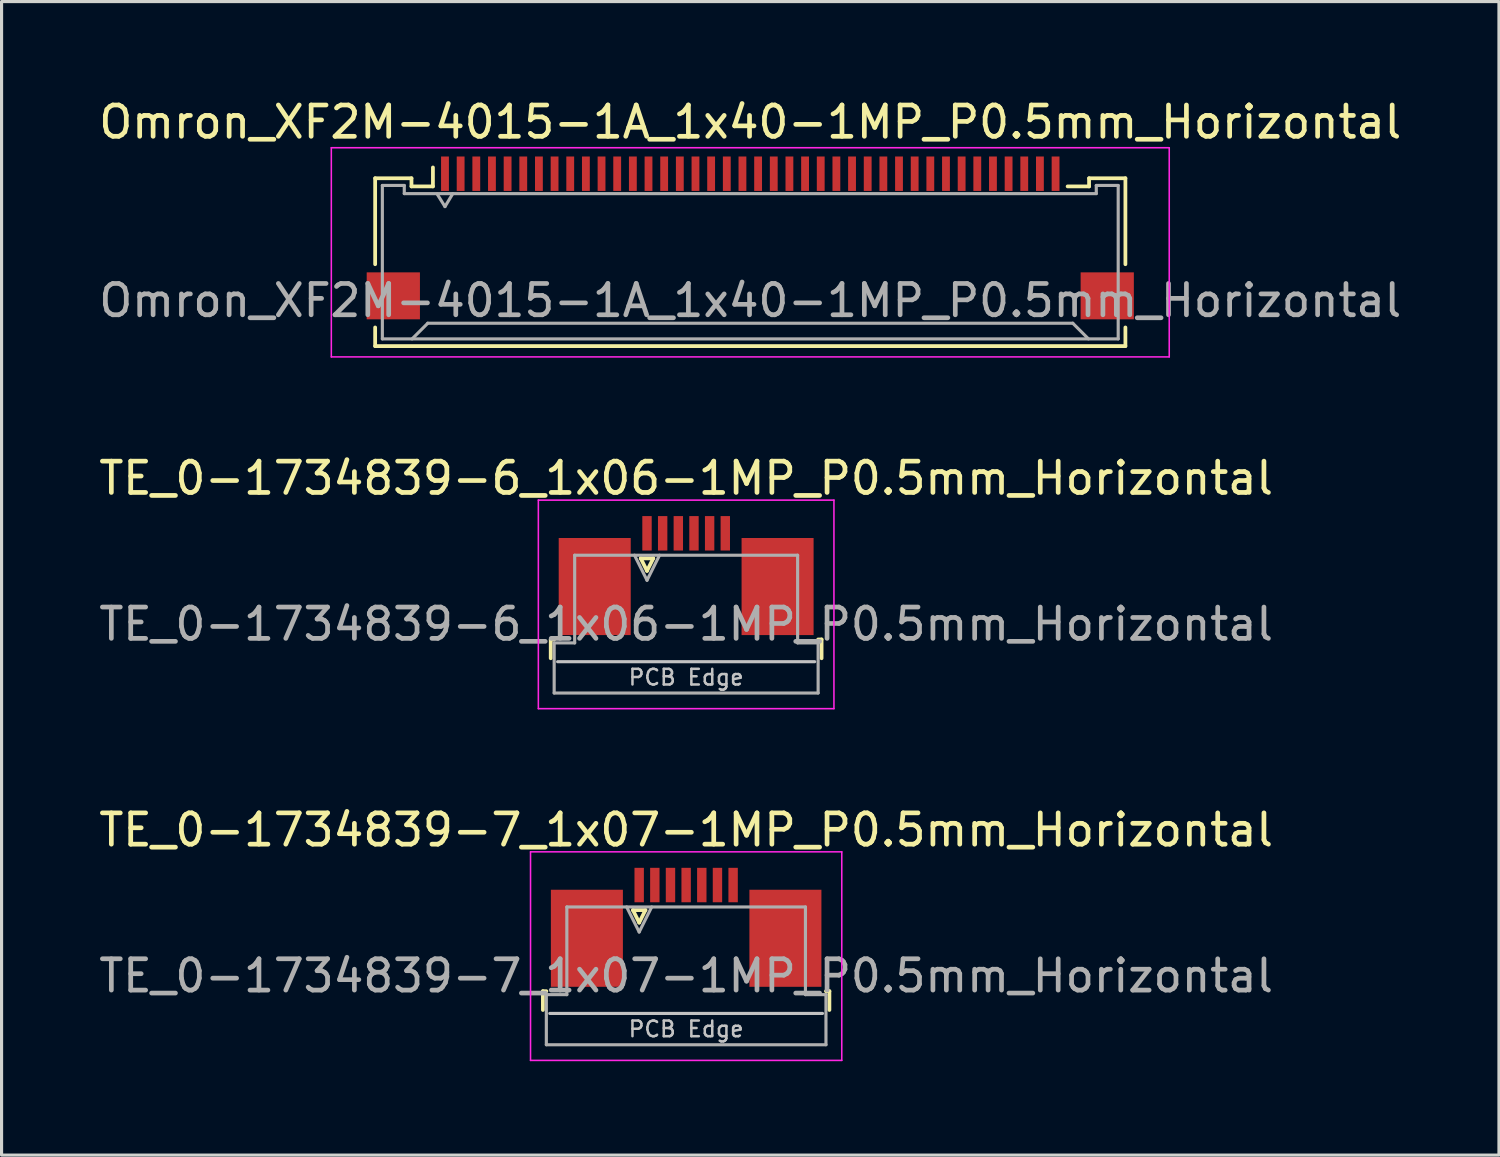
<source format=kicad_pcb>
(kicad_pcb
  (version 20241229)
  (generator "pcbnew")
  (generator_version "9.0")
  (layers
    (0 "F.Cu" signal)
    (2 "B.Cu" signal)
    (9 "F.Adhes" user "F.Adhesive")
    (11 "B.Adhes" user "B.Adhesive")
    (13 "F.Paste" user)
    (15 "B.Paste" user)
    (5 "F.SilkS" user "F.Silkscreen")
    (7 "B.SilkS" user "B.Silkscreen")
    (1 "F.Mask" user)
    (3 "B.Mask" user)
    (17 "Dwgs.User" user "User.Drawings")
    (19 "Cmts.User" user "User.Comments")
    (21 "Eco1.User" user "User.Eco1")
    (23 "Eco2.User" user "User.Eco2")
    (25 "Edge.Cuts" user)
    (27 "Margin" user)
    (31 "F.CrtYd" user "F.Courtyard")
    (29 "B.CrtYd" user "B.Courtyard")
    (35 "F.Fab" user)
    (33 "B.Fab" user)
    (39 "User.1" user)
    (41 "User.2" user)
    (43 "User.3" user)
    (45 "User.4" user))
  (footprint "Omron_XF2M-4015-1A_1x40-1MP_P0.5mm_Horizontal"
    (layer "F.Cu")
    (at 20.911 4.548)
    (property "Reference" "Omron_XF2M-4015-1A_1x40-1MP_P0.5mm_Horizontal" (at 0 -3.7 0) (layer "F.SilkS") (effects (font (size 1 1) (thickness 0.15))))
    (attr smd)
    (fp_line (start -11.98 -1.905) (end -11.98 0.84) (stroke (width 0.12) (type solid)) (layer "F.SilkS"))
    (fp_line (start -11.98 2.86) (end -11.98 3.455) (stroke (width 0.12) (type solid)) (layer "F.SilkS"))
    (fp_line (start -11.98 3.455) (end 11.98 3.455) (stroke (width 0.12) (type solid)) (layer "F.SilkS"))
    (fp_line (start -10.82 -1.905) (end -11.98 -1.905) (stroke (width 0.12) (type solid)) (layer "F.SilkS"))
    (fp_line (start -10.82 -1.645) (end -10.82 -1.905) (stroke (width 0.12) (type solid)) (layer "F.SilkS"))
    (fp_line (start -10.135 -1.645) (end -10.82 -1.645) (stroke (width 0.12) (type solid)) (layer "F.SilkS"))
    (fp_line (start -10.135 -1.645) (end -10.135 -2.25) (stroke (width 0.12) (type solid)) (layer "F.SilkS"))
    (fp_line (start 10.82 -1.905) (end 10.82 -1.645) (stroke (width 0.12) (type solid)) (layer "F.SilkS"))
    (fp_line (start 10.82 -1.645) (end 10.135 -1.645) (stroke (width 0.12) (type solid)) (layer "F.SilkS"))
    (fp_line (start 11.98 -1.905) (end 10.82 -1.905) (stroke (width 0.12) (type solid)) (layer "F.SilkS"))
    (fp_line (start 11.98 0.84) (end 11.98 -1.905) (stroke (width 0.12) (type solid)) (layer "F.SilkS"))
    (fp_line (start 11.98 3.455) (end 11.98 2.86) (stroke (width 0.12) (type solid)) (layer "F.SilkS"))
    (fp_line (start -13.38 -2.88) (end 13.38 -2.88) (stroke (width 0.05) (type solid)) (layer "F.CrtYd"))
    (fp_line (start -13.38 3.8) (end -13.38 -2.88) (stroke (width 0.05) (type solid)) (layer "F.CrtYd"))
    (fp_line (start 13.38 -2.88) (end 13.38 3.8) (stroke (width 0.05) (type solid)) (layer "F.CrtYd"))
    (fp_line (start 13.38 3.8) (end -13.38 3.8) (stroke (width 0.05) (type solid)) (layer "F.CrtYd"))
    (fp_line (start -11.75 -1.675) (end -11.75 3.225) (stroke (width 0.1) (type solid)) (layer "F.Fab"))
    (fp_line (start -11.75 3.225) (end 11.75 3.225) (stroke (width 0.1) (type solid)) (layer "F.Fab"))
    (fp_line (start -11.05 -1.675) (end -11.75 -1.675) (stroke (width 0.1) (type solid)) (layer "F.Fab"))
    (fp_line (start -11.05 -1.675) (end -11.05 -1.415) (stroke (width 0.1) (type solid)) (layer "F.Fab"))
    (fp_line (start -10.3 2.725) (end -10.8 3.225) (stroke (width 0.1) (type solid)) (layer "F.Fab"))
    (fp_line (start -10.3 2.725) (end 10.3 2.725) (stroke (width 0.1) (type solid)) (layer "F.Fab"))
    (fp_line (start -9.75 -1) (end -10 -1.4) (stroke (width 0.1) (type solid)) (layer "F.Fab"))
    (fp_line (start -9.5 -1.415) (end -9.75 -1) (stroke (width 0.1) (type solid)) (layer "F.Fab"))
    (fp_line (start 10.3 2.725) (end 10.8 3.225) (stroke (width 0.1) (type solid)) (layer "F.Fab"))
    (fp_line (start 11.05 -1.675) (end 11.05 -1.415) (stroke (width 0.1) (type solid)) (layer "F.Fab"))
    (fp_line (start 11.05 -1.675) (end 11.75 -1.675) (stroke (width 0.1) (type solid)) (layer "F.Fab"))
    (fp_line (start 11.05 -1.415) (end -11.05 -1.415) (stroke (width 0.1) (type solid)) (layer "F.Fab"))
    (fp_line (start 11.75 3.225) (end 11.75 -1.675) (stroke (width 0.1) (type solid)) (layer "F.Fab"))
    (fp_text user "${REFERENCE}" (at 0 2 0) (layer "F.Fab") (effects (font (size 1 1) (thickness 0.15))))
    (pad "1" smd rect (at -9.75 -2.05) (size 0.25 1.1) (layers "F.Cu" "F.Mask" "F.Paste"))
    (pad "2" smd rect (at -9.25 -2.05) (size 0.25 1.1) (layers "F.Cu" "F.Mask" "F.Paste"))
    (pad "3" smd rect (at -8.75 -2.05) (size 0.25 1.1) (layers "F.Cu" "F.Mask" "F.Paste"))
    (pad "4" smd rect (at -8.25 -2.05) (size 0.25 1.1) (layers "F.Cu" "F.Mask" "F.Paste"))
    (pad "5" smd rect (at -7.75 -2.05) (size 0.25 1.1) (layers "F.Cu" "F.Mask" "F.Paste"))
    (pad "6" smd rect (at -7.25 -2.05) (size 0.25 1.1) (layers "F.Cu" "F.Mask" "F.Paste"))
    (pad "7" smd rect (at -6.75 -2.05) (size 0.25 1.1) (layers "F.Cu" "F.Mask" "F.Paste"))
    (pad "8" smd rect (at -6.25 -2.05) (size 0.25 1.1) (layers "F.Cu" "F.Mask" "F.Paste"))
    (pad "9" smd rect (at -5.75 -2.05) (size 0.25 1.1) (layers "F.Cu" "F.Mask" "F.Paste"))
    (pad "10" smd rect (at -5.25 -2.05) (size 0.25 1.1) (layers "F.Cu" "F.Mask" "F.Paste"))
    (pad "11" smd rect (at -4.75 -2.05) (size 0.25 1.1) (layers "F.Cu" "F.Mask" "F.Paste"))
    (pad "12" smd rect (at -4.25 -2.05) (size 0.25 1.1) (layers "F.Cu" "F.Mask" "F.Paste"))
    (pad "13" smd rect (at -3.75 -2.05) (size 0.25 1.1) (layers "F.Cu" "F.Mask" "F.Paste"))
    (pad "14" smd rect (at -3.25 -2.05) (size 0.25 1.1) (layers "F.Cu" "F.Mask" "F.Paste"))
    (pad "15" smd rect (at -2.75 -2.05) (size 0.25 1.1) (layers "F.Cu" "F.Mask" "F.Paste"))
    (pad "16" smd rect (at -2.25 -2.05) (size 0.25 1.1) (layers "F.Cu" "F.Mask" "F.Paste"))
    (pad "17" smd rect (at -1.75 -2.05) (size 0.25 1.1) (layers "F.Cu" "F.Mask" "F.Paste"))
    (pad "18" smd rect (at -1.25 -2.05) (size 0.25 1.1) (layers "F.Cu" "F.Mask" "F.Paste"))
    (pad "19" smd rect (at -0.75 -2.05) (size 0.25 1.1) (layers "F.Cu" "F.Mask" "F.Paste"))
    (pad "20" smd rect (at -0.25 -2.05) (size 0.25 1.1) (layers "F.Cu" "F.Mask" "F.Paste"))
    (pad "21" smd rect (at 0.25 -2.05) (size 0.25 1.1) (layers "F.Cu" "F.Mask" "F.Paste"))
    (pad "22" smd rect (at 0.75 -2.05) (size 0.25 1.1) (layers "F.Cu" "F.Mask" "F.Paste"))
    (pad "23" smd rect (at 1.25 -2.05) (size 0.25 1.1) (layers "F.Cu" "F.Mask" "F.Paste"))
    (pad "24" smd rect (at 1.75 -2.05) (size 0.25 1.1) (layers "F.Cu" "F.Mask" "F.Paste"))
    (pad "25" smd rect (at 2.25 -2.05) (size 0.25 1.1) (layers "F.Cu" "F.Mask" "F.Paste"))
    (pad "26" smd rect (at 2.75 -2.05) (size 0.25 1.1) (layers "F.Cu" "F.Mask" "F.Paste"))
    (pad "27" smd rect (at 3.25 -2.05) (size 0.25 1.1) (layers "F.Cu" "F.Mask" "F.Paste"))
    (pad "28" smd rect (at 3.75 -2.05) (size 0.25 1.1) (layers "F.Cu" "F.Mask" "F.Paste"))
    (pad "29" smd rect (at 4.25 -2.05) (size 0.25 1.1) (layers "F.Cu" "F.Mask" "F.Paste"))
    (pad "30" smd rect (at 4.75 -2.05) (size 0.25 1.1) (layers "F.Cu" "F.Mask" "F.Paste"))
    (pad "31" smd rect (at 5.25 -2.05) (size 0.25 1.1) (layers "F.Cu" "F.Mask" "F.Paste"))
    (pad "32" smd rect (at 5.75 -2.05) (size 0.25 1.1) (layers "F.Cu" "F.Mask" "F.Paste"))
    (pad "33" smd rect (at 6.25 -2.05) (size 0.25 1.1) (layers "F.Cu" "F.Mask" "F.Paste"))
    (pad "34" smd rect (at 6.75 -2.05) (size 0.25 1.1) (layers "F.Cu" "F.Mask" "F.Paste"))
    (pad "35" smd rect (at 7.25 -2.05) (size 0.25 1.1) (layers "F.Cu" "F.Mask" "F.Paste"))
    (pad "36" smd rect (at 7.75 -2.05) (size 0.25 1.1) (layers "F.Cu" "F.Mask" "F.Paste"))
    (pad "37" smd rect (at 8.25 -2.05) (size 0.25 1.1) (layers "F.Cu" "F.Mask" "F.Paste"))
    (pad "38" smd rect (at 8.75 -2.05) (size 0.25 1.1) (layers "F.Cu" "F.Mask" "F.Paste"))
    (pad "39" smd rect (at 9.25 -2.05) (size 0.25 1.1) (layers "F.Cu" "F.Mask" "F.Paste"))
    (pad "40" smd rect (at 9.75 -2.05) (size 0.25 1.1) (layers "F.Cu" "F.Mask" "F.Paste"))
    (pad "MP" smd rect (at -11.4 1.85) (size 1.7 1.5) (layers "F.Cu" "F.Mask" "F.Paste"))
    (pad "MP" smd rect (at 11.4 1.85) (size 1.7 1.5) (layers "F.Cu" "F.Mask" "F.Paste")))
  (footprint "TE_0-1734839-7_1x07-1MP_P0.5mm_Horizontal"
    (layer "F.Cu")
    (at 18.863 26.565)
    (property "Reference" "TE_0-1734839-7_1x07-1MP_P0.5mm_Horizontal" (at 0 -3.11 0) (layer "F.SilkS") (effects (font (size 1 1) (thickness 0.15))))
    (attr smd)
    (fp_line (start -4.575 2.04) (end -4.575 2.64) (stroke (width 0.12) (type solid)) (layer "F.SilkS"))
    (fp_line (start -4.465 2.04) (end -4.575 2.04) (stroke (width 0.12) (type solid)) (layer "F.SilkS"))
    (fp_line (start -1.7 -0.55) (end -1.5 -0.15) (stroke (width 0.12) (type solid)) (layer "F.SilkS"))
    (fp_line (start -1.5 -0.15) (end -1.3 -0.55) (stroke (width 0.12) (type solid)) (layer "F.SilkS"))
    (fp_line (start -1.3 -0.55) (end -1.7 -0.55) (stroke (width 0.12) (type solid)) (layer "F.SilkS"))
    (fp_line (start 4.465 2.04) (end 4.575 2.04) (stroke (width 0.12) (type solid)) (layer "F.SilkS"))
    (fp_line (start 4.575 2.04) (end 4.575 2.64) (stroke (width 0.12) (type solid)) (layer "F.SilkS"))
    (fp_line (start 4.355 2.75) (end -4.355 2.75) (stroke (width 0.1) (type solid)) (layer "Dwgs.User"))
    (fp_line (start -4.97 -2.41) (end -4.97 4.25) (stroke (width 0.05) (type solid)) (layer "F.CrtYd"))
    (fp_line (start -4.97 4.25) (end 4.97 4.25) (stroke (width 0.05) (type solid)) (layer "F.CrtYd"))
    (fp_line (start 4.97 -2.41) (end -4.97 -2.41) (stroke (width 0.05) (type solid)) (layer "F.CrtYd"))
    (fp_line (start 4.97 4.25) (end 4.97 -2.41) (stroke (width 0.05) (type solid)) (layer "F.CrtYd"))
    (fp_line (start -4.465 2.15) (end -3.81 2.15) (stroke (width 0.1) (type solid)) (layer "F.Fab"))
    (fp_line (start -4.465 3.75) (end -4.465 2.15) (stroke (width 0.1) (type solid)) (layer "F.Fab"))
    (fp_line (start -3.81 -0.65) (end 3.81 -0.65) (stroke (width 0.1) (type solid)) (layer "F.Fab"))
    (fp_line (start -3.81 2.15) (end -3.81 -0.65) (stroke (width 0.1) (type solid)) (layer "F.Fab"))
    (fp_line (start -1.9 -0.65) (end -1.5 0.15) (stroke (width 0.1) (type solid)) (layer "F.Fab"))
    (fp_line (start -1.5 0.15) (end -1.1 -0.65) (stroke (width 0.1) (type solid)) (layer "F.Fab"))
    (fp_line (start 3.81 -0.65) (end 3.81 2.15) (stroke (width 0.1) (type solid)) (layer "F.Fab"))
    (fp_line (start 3.81 2.15) (end 4.465 2.15) (stroke (width 0.1) (type solid)) (layer "F.Fab"))
    (fp_line (start 4.465 2.15) (end 4.465 3.75) (stroke (width 0.1) (type solid)) (layer "F.Fab"))
    (fp_line (start 4.465 3.75) (end -4.465 3.75) (stroke (width 0.1) (type solid)) (layer "F.Fab"))
    (fp_text user "PCB Edge" (at 0 3.25 0) (layer "Dwgs.User") (effects (font (size 0.5 0.5) (thickness 0.08))))
    (fp_text user "${REFERENCE}" (at 0 1.55 0) (layer "F.Fab") (effects (font (size 1 1) (thickness 0.15))))
    (pad "1" smd rect (at -1.5 -1.35) (size 0.3 1.1) (layers "F.Cu" "F.Mask" "F.Paste"))
    (pad "2" smd rect (at -1 -1.35) (size 0.3 1.1) (layers "F.Cu" "F.Mask" "F.Paste"))
    (pad "3" smd rect (at -0.5 -1.35) (size 0.3 1.1) (layers "F.Cu" "F.Mask" "F.Paste"))
    (pad "4" smd rect (at 0 -1.35) (size 0.3 1.1) (layers "F.Cu" "F.Mask" "F.Paste"))
    (pad "5" smd rect (at 0.5 -1.35) (size 0.3 1.1) (layers "F.Cu" "F.Mask" "F.Paste"))
    (pad "6" smd rect (at 1 -1.35) (size 0.3 1.1) (layers "F.Cu" "F.Mask" "F.Paste"))
    (pad "7" smd rect (at 1.5 -1.35) (size 0.3 1.1) (layers "F.Cu" "F.Mask" "F.Paste"))
    (pad "MP" smd rect (at -3.17 0.35) (size 2.3 3.1) (layers "F.Cu" "F.Mask" "F.Paste"))
    (pad "MP" smd rect (at 3.17 0.35) (size 2.3 3.1) (layers "F.Cu" "F.Mask" "F.Paste")))
  (footprint "TE_0-1734839-6_1x06-1MP_P0.5mm_Horizontal"
    (layer "F.Cu")
    (at 18.863 15.332)
    (property "Reference" "TE_0-1734839-6_1x06-1MP_P0.5mm_Horizontal" (at 0 -3.11 0) (layer "F.SilkS") (effects (font (size 1 1) (thickness 0.15))))
    (attr smd)
    (fp_line (start -4.325 2.04) (end -4.325 2.64) (stroke (width 0.12) (type solid)) (layer "F.SilkS"))
    (fp_line (start -4.215 2.04) (end -4.325 2.04) (stroke (width 0.12) (type solid)) (layer "F.SilkS"))
    (fp_line (start -1.45 -0.55) (end -1.25 -0.15) (stroke (width 0.12) (type solid)) (layer "F.SilkS"))
    (fp_line (start -1.25 -0.15) (end -1.05 -0.55) (stroke (width 0.12) (type solid)) (layer "F.SilkS"))
    (fp_line (start -1.05 -0.55) (end -1.45 -0.55) (stroke (width 0.12) (type solid)) (layer "F.SilkS"))
    (fp_line (start 4.215 2.04) (end 4.325 2.04) (stroke (width 0.12) (type solid)) (layer "F.SilkS"))
    (fp_line (start 4.325 2.04) (end 4.325 2.64) (stroke (width 0.12) (type solid)) (layer "F.SilkS"))
    (fp_line (start 4.105 2.75) (end -4.105 2.75) (stroke (width 0.1) (type solid)) (layer "Dwgs.User"))
    (fp_line (start -4.72 -2.41) (end -4.72 4.25) (stroke (width 0.05) (type solid)) (layer "F.CrtYd"))
    (fp_line (start -4.72 4.25) (end 4.72 4.25) (stroke (width 0.05) (type solid)) (layer "F.CrtYd"))
    (fp_line (start 4.72 -2.41) (end -4.72 -2.41) (stroke (width 0.05) (type solid)) (layer "F.CrtYd"))
    (fp_line (start 4.72 4.25) (end 4.72 -2.41) (stroke (width 0.05) (type solid)) (layer "F.CrtYd"))
    (fp_line (start -4.215 2.15) (end -3.56 2.15) (stroke (width 0.1) (type solid)) (layer "F.Fab"))
    (fp_line (start -4.215 3.75) (end -4.215 2.15) (stroke (width 0.1) (type solid)) (layer "F.Fab"))
    (fp_line (start -3.56 -0.65) (end 3.56 -0.65) (stroke (width 0.1) (type solid)) (layer "F.Fab"))
    (fp_line (start -3.56 2.15) (end -3.56 -0.65) (stroke (width 0.1) (type solid)) (layer "F.Fab"))
    (fp_line (start -1.65 -0.65) (end -1.25 0.15) (stroke (width 0.1) (type solid)) (layer "F.Fab"))
    (fp_line (start -1.25 0.15) (end -0.85 -0.65) (stroke (width 0.1) (type solid)) (layer "F.Fab"))
    (fp_line (start 3.56 -0.65) (end 3.56 2.15) (stroke (width 0.1) (type solid)) (layer "F.Fab"))
    (fp_line (start 3.56 2.15) (end 4.215 2.15) (stroke (width 0.1) (type solid)) (layer "F.Fab"))
    (fp_line (start 4.215 2.15) (end 4.215 3.75) (stroke (width 0.1) (type solid)) (layer "F.Fab"))
    (fp_line (start 4.215 3.75) (end -4.215 3.75) (stroke (width 0.1) (type solid)) (layer "F.Fab"))
    (fp_text user "PCB Edge" (at 0 3.25 0) (layer "Dwgs.User") (effects (font (size 0.5 0.5) (thickness 0.08))))
    (fp_text user "${REFERENCE}" (at 0 1.55 0) (layer "F.Fab") (effects (font (size 1 1) (thickness 0.15))))
    (pad "1" smd rect (at -1.25 -1.35) (size 0.3 1.1) (layers "F.Cu" "F.Mask" "F.Paste"))
    (pad "2" smd rect (at -0.75 -1.35) (size 0.3 1.1) (layers "F.Cu" "F.Mask" "F.Paste"))
    (pad "3" smd rect (at -0.25 -1.35) (size 0.3 1.1) (layers "F.Cu" "F.Mask" "F.Paste"))
    (pad "4" smd rect (at 0.25 -1.35) (size 0.3 1.1) (layers "F.Cu" "F.Mask" "F.Paste"))
    (pad "5" smd rect (at 0.75 -1.35) (size 0.3 1.1) (layers "F.Cu" "F.Mask" "F.Paste"))
    (pad "6" smd rect (at 1.25 -1.35) (size 0.3 1.1) (layers "F.Cu" "F.Mask" "F.Paste"))
    (pad "MP" smd rect (at -2.92 0.35) (size 2.3 3.1) (layers "F.Cu" "F.Mask" "F.Paste"))
    (pad "MP" smd rect (at 2.92 0.35) (size 2.3 3.1) (layers "F.Cu" "F.Mask" "F.Paste")))
  (gr_rect
    (start -3 -3)
    (end 44.821 33.84)
    (stroke (width 0.1) (type default))
    (fill no)
    (layer "Edge.Cuts")))
</source>
